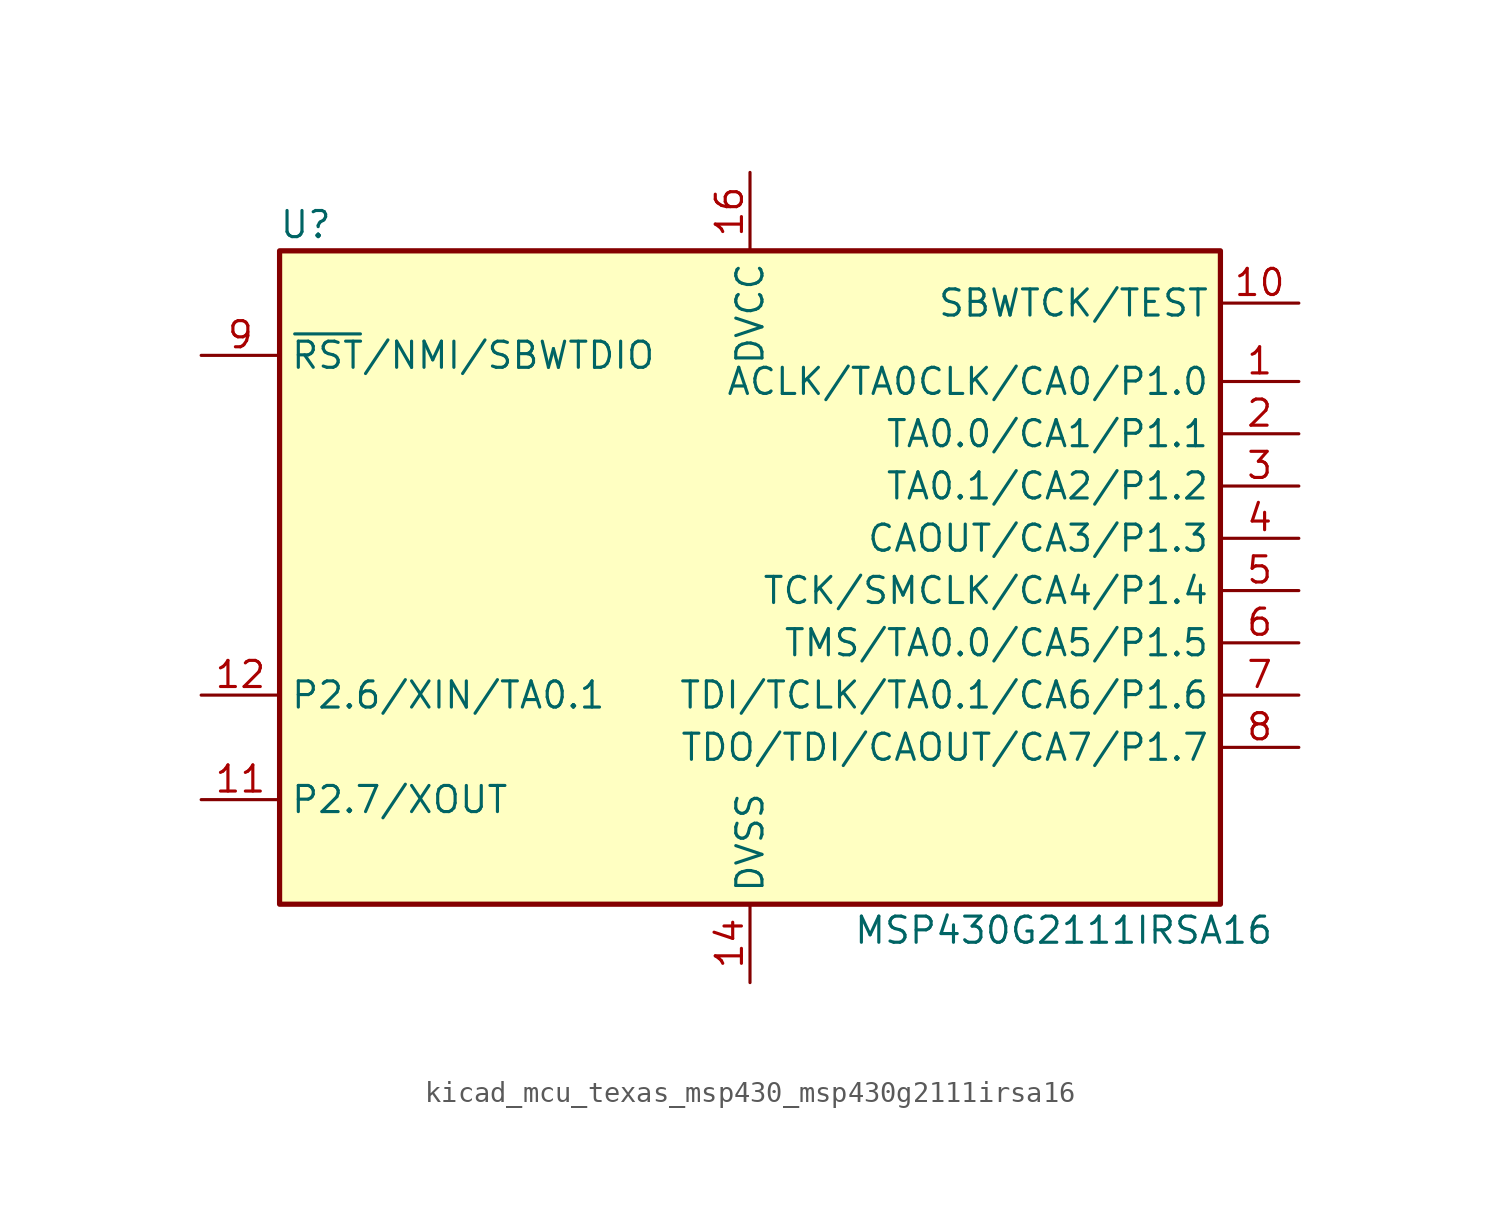
<source format=kicad_sym>
(kicad_symbol_lib
  (version 20220914)
  (generator kicad_symbol_editor)
  (symbol "kicad_mcu_texas_msp430_msp430g2111irsa16"
    (property "Reference" "U"
      (at -21.59 17.78 0)
      (effects (font (size 1.27 1.27))))
    (property "Value" "MSP430G2111IRSA16"
      (at 15.24 -16.51 0)
      (effects (font (size 1.27 1.27))))
    (symbol "kicad_mcu_texas_msp430_msp430g2111irsa16_0_1"
      (rectangle (start -22.86 16.51) (end 22.86 -15.24) (stroke (width 0.254) (type default)) (fill (type background))))
    (symbol "kicad_mcu_texas_msp430_msp430g2111irsa16_1_1"
      (pin bidirectional line (at 26.67 10.16 180) (length 3.81) (name "ACLK/TA0CLK/CA0/P1.0" (effects (font (size 1.27 1.27)))) (number "1" (effects (font (size 1.27 1.27)))))
      (pin input line (at 26.67 13.97 180) (length 3.81) (name "SBWTCK/TEST" (effects (font (size 1.27 1.27)))) (number "10" (effects (font (size 1.27 1.27)))))
      (pin bidirectional line (at -26.67 -10.16 0) (length 3.81) (name "P2.7/XOUT" (effects (font (size 1.27 1.27)))) (number "11" (effects (font (size 1.27 1.27)))))
      (pin bidirectional line (at -26.67 -5.08 0) (length 3.81) (name "P2.6/XIN/TA0.1" (effects (font (size 1.27 1.27)))) (number "12" (effects (font (size 1.27 1.27)))))
      (pin power_in line (at 0 -19.05 90) (length 3.81) (name "DVSS" (effects (font (size 1.27 1.27)))) (number "14" (effects (font (size 1.27 1.27)))))
      (pin power_in line (at 0 20.32 270) (length 3.81) (name "DVCC" (effects (font (size 1.27 1.27)))) (number "16" (effects (font (size 1.27 1.27)))))
      (pin bidirectional line (at 26.67 7.62 180) (length 3.81) (name "TA0.0/CA1/P1.1" (effects (font (size 1.27 1.27)))) (number "2" (effects (font (size 1.27 1.27)))))
      (pin bidirectional line (at 26.67 5.08 180) (length 3.81) (name "TA0.1/CA2/P1.2" (effects (font (size 1.27 1.27)))) (number "3" (effects (font (size 1.27 1.27)))))
      (pin bidirectional line (at 26.67 2.54 180) (length 3.81) (name "CAOUT/CA3/P1.3" (effects (font (size 1.27 1.27)))) (number "4" (effects (font (size 1.27 1.27)))))
      (pin bidirectional line (at 26.67 0 180) (length 3.81) (name "TCK/SMCLK/CA4/P1.4" (effects (font (size 1.27 1.27)))) (number "5" (effects (font (size 1.27 1.27)))))
      (pin bidirectional line (at 26.67 -2.54 180) (length 3.81) (name "TMS/TA0.0/CA5/P1.5" (effects (font (size 1.27 1.27)))) (number "6" (effects (font (size 1.27 1.27)))))
      (pin bidirectional line (at 26.67 -5.08 180) (length 3.81) (name "TDI/TCLK/TA0.1/CA6/P1.6" (effects (font (size 1.27 1.27)))) (number "7" (effects (font (size 1.27 1.27)))))
      (pin bidirectional line (at 26.67 -7.62 180) (length 3.81) (name "TDO/TDI/CAOUT/CA7/P1.7" (effects (font (size 1.27 1.27)))) (number "8" (effects (font (size 1.27 1.27)))))
      (pin input line (at -26.67 11.43 0) (length 3.81) (name "~{RST}/NMI/SBWTDIO" (effects (font (size 1.27 1.27)))) (number "9" (effects (font (size 1.27 1.27))))))))
</source>
